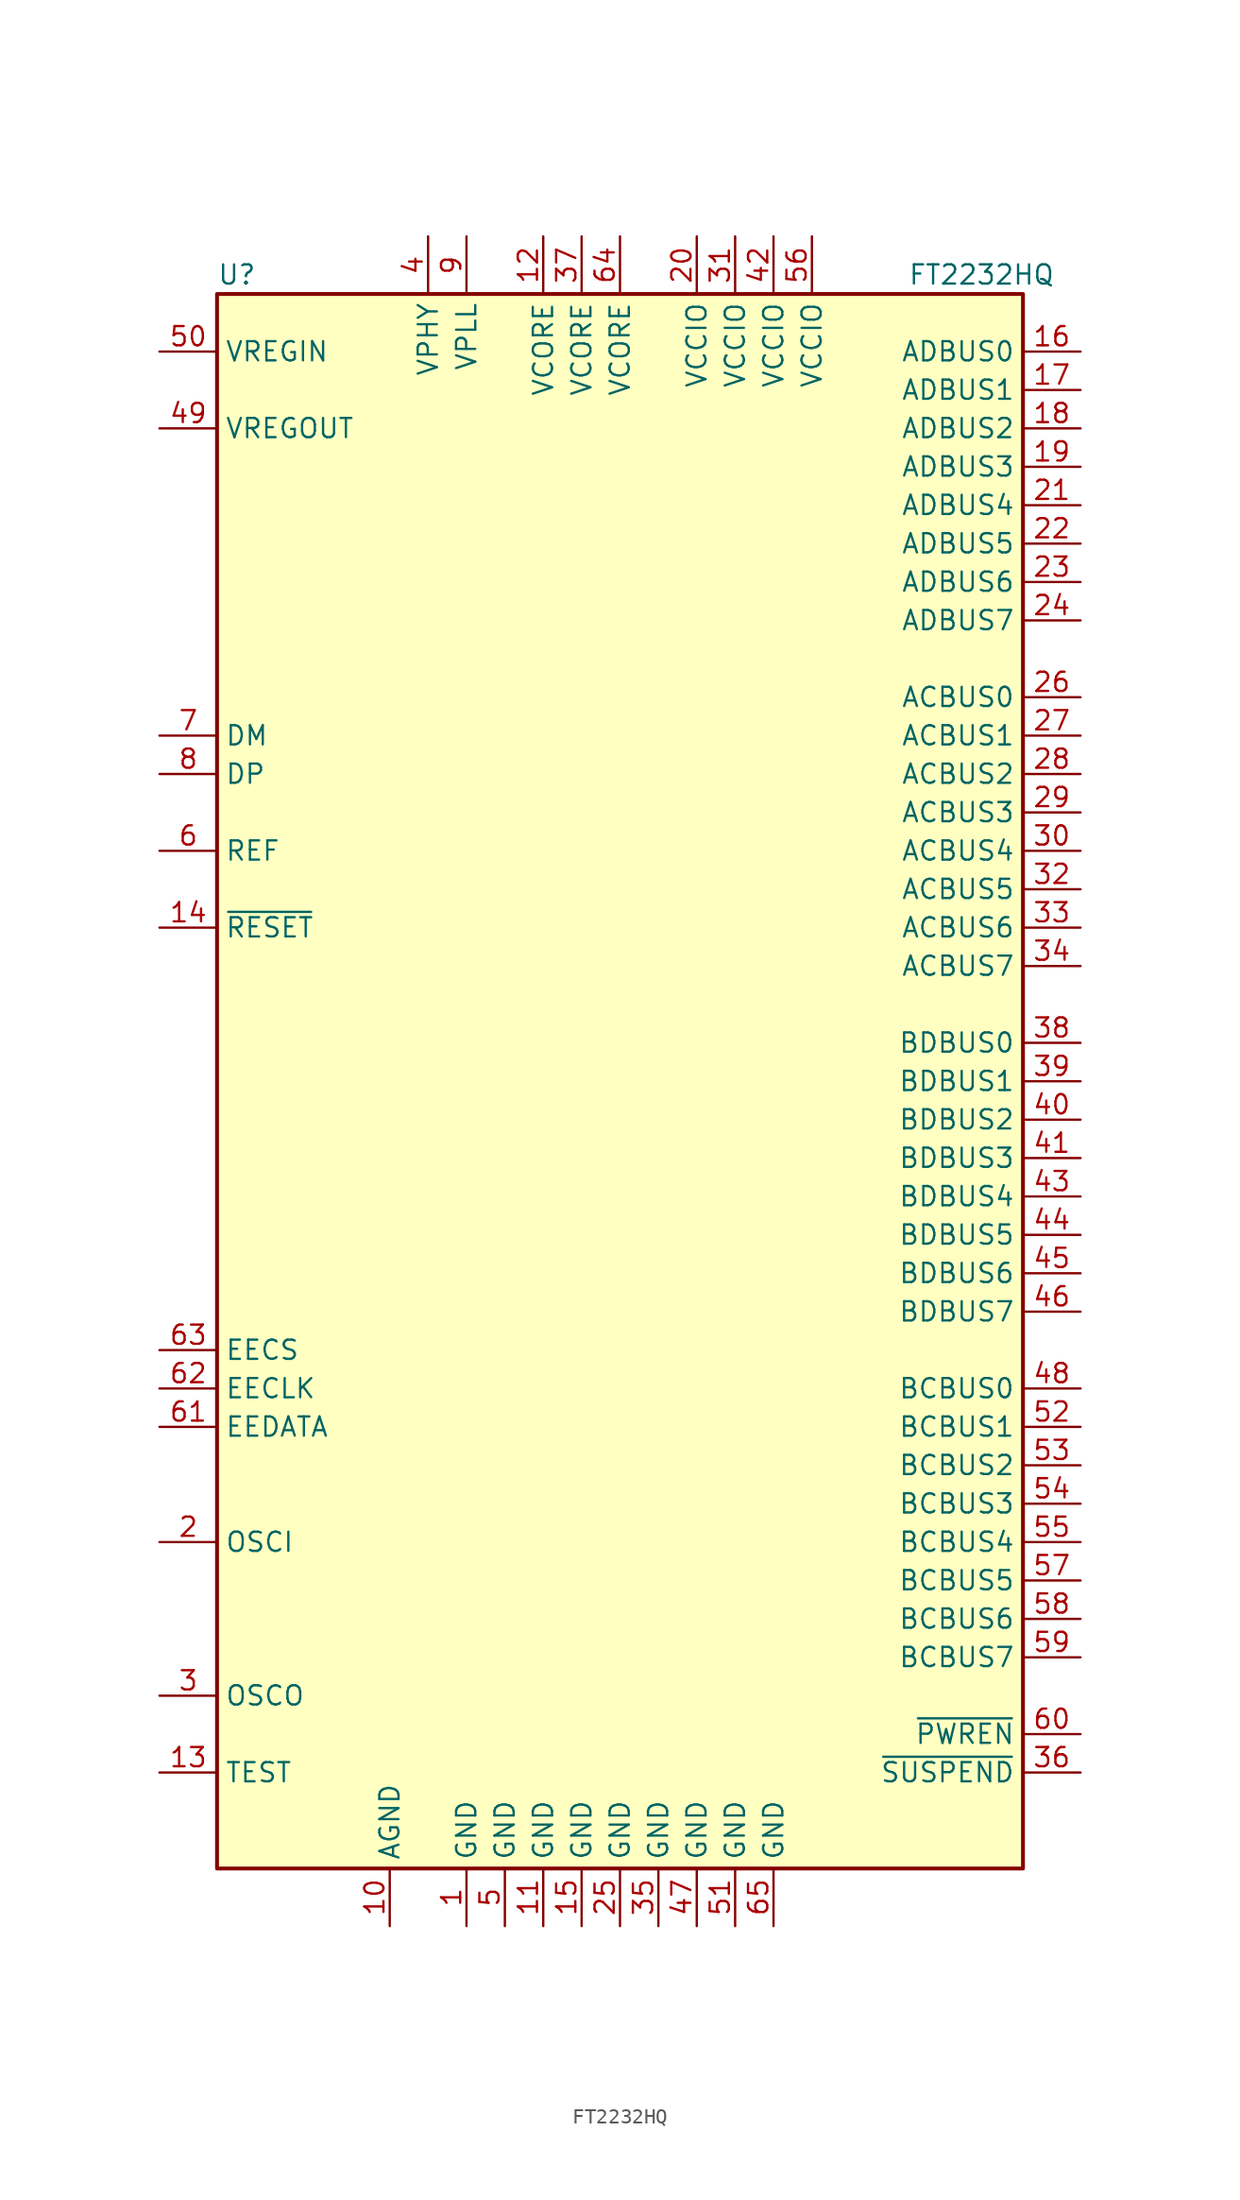
<source format=kicad_sym>
(kicad_symbol_lib
  (version 20211014)
  (generator kicad_symbol_editor)
  (symbol "FT2232HQ"
    (property "Reference" "U"
      (at -26.67 53.34 0)
      (effects (font (size 1.27 1.27)) (justify left)))
    (property "Value" "FT2232HQ"
      (at 19.05 53.34 0)
      (effects (font (size 1.27 1.27)) (justify left)))
    (symbol "FT2232HQ_0_1"
      (rectangle (start -26.67 -52.07) (end 26.67 52.07) (stroke (width 0.254) (type default) (color 0 0 0 0)) (fill (type background))))
    (symbol "FT2232HQ_1_1"
      (pin power_in line (at -10.16 -55.88 90) (length 3.81) (name "GND" (effects (font (size 1.27 1.27)))) (number "1" (effects (font (size 1.27 1.27)))))
      (pin power_in line (at -15.24 -55.88 90) (length 3.81) (name "AGND" (effects (font (size 1.27 1.27)))) (number "10" (effects (font (size 1.27 1.27)))))
      (pin power_in line (at -5.08 -55.88 90) (length 3.81) (name "GND" (effects (font (size 1.27 1.27)))) (number "11" (effects (font (size 1.27 1.27)))))
      (pin power_in line (at -5.08 55.88 270) (length 3.81) (name "VCORE" (effects (font (size 1.27 1.27)))) (number "12" (effects (font (size 1.27 1.27)))))
      (pin input line (at -30.48 -45.72 0) (length 3.81) (name "TEST" (effects (font (size 1.27 1.27)))) (number "13" (effects (font (size 1.27 1.27)))))
      (pin input line (at -30.48 10.16 0) (length 3.81) (name "~{RESET}" (effects (font (size 1.27 1.27)))) (number "14" (effects (font (size 1.27 1.27)))))
      (pin power_in line (at -2.54 -55.88 90) (length 3.81) (name "GND" (effects (font (size 1.27 1.27)))) (number "15" (effects (font (size 1.27 1.27)))))
      (pin bidirectional line (at 30.48 48.26 180) (length 3.81) (name "ADBUS0" (effects (font (size 1.27 1.27)))) (number "16" (effects (font (size 1.27 1.27)))))
      (pin bidirectional line (at 30.48 45.72 180) (length 3.81) (name "ADBUS1" (effects (font (size 1.27 1.27)))) (number "17" (effects (font (size 1.27 1.27)))))
      (pin bidirectional line (at 30.48 43.18 180) (length 3.81) (name "ADBUS2" (effects (font (size 1.27 1.27)))) (number "18" (effects (font (size 1.27 1.27)))))
      (pin bidirectional line (at 30.48 40.64 180) (length 3.81) (name "ADBUS3" (effects (font (size 1.27 1.27)))) (number "19" (effects (font (size 1.27 1.27)))))
      (pin input line (at -30.48 -30.48 0) (length 3.81) (name "OSCI" (effects (font (size 1.27 1.27)))) (number "2" (effects (font (size 1.27 1.27)))))
      (pin power_in line (at 5.08 55.88 270) (length 3.81) (name "VCCIO" (effects (font (size 1.27 1.27)))) (number "20" (effects (font (size 1.27 1.27)))))
      (pin bidirectional line (at 30.48 38.1 180) (length 3.81) (name "ADBUS4" (effects (font (size 1.27 1.27)))) (number "21" (effects (font (size 1.27 1.27)))))
      (pin bidirectional line (at 30.48 35.56 180) (length 3.81) (name "ADBUS5" (effects (font (size 1.27 1.27)))) (number "22" (effects (font (size 1.27 1.27)))))
      (pin bidirectional line (at 30.48 33.02 180) (length 3.81) (name "ADBUS6" (effects (font (size 1.27 1.27)))) (number "23" (effects (font (size 1.27 1.27)))))
      (pin bidirectional line (at 30.48 30.48 180) (length 3.81) (name "ADBUS7" (effects (font (size 1.27 1.27)))) (number "24" (effects (font (size 1.27 1.27)))))
      (pin power_in line (at 0 -55.88 90) (length 3.81) (name "GND" (effects (font (size 1.27 1.27)))) (number "25" (effects (font (size 1.27 1.27)))))
      (pin bidirectional line (at 30.48 25.4 180) (length 3.81) (name "ACBUS0" (effects (font (size 1.27 1.27)))) (number "26" (effects (font (size 1.27 1.27)))))
      (pin bidirectional line (at 30.48 22.86 180) (length 3.81) (name "ACBUS1" (effects (font (size 1.27 1.27)))) (number "27" (effects (font (size 1.27 1.27)))))
      (pin bidirectional line (at 30.48 20.32 180) (length 3.81) (name "ACBUS2" (effects (font (size 1.27 1.27)))) (number "28" (effects (font (size 1.27 1.27)))))
      (pin bidirectional line (at 30.48 17.78 180) (length 3.81) (name "ACBUS3" (effects (font (size 1.27 1.27)))) (number "29" (effects (font (size 1.27 1.27)))))
      (pin output line (at -30.48 -40.64 0) (length 3.81) (name "OSCO" (effects (font (size 1.27 1.27)))) (number "3" (effects (font (size 1.27 1.27)))))
      (pin bidirectional line (at 30.48 15.24 180) (length 3.81) (name "ACBUS4" (effects (font (size 1.27 1.27)))) (number "30" (effects (font (size 1.27 1.27)))))
      (pin power_in line (at 7.62 55.88 270) (length 3.81) (name "VCCIO" (effects (font (size 1.27 1.27)))) (number "31" (effects (font (size 1.27 1.27)))))
      (pin bidirectional line (at 30.48 12.7 180) (length 3.81) (name "ACBUS5" (effects (font (size 1.27 1.27)))) (number "32" (effects (font (size 1.27 1.27)))))
      (pin bidirectional line (at 30.48 10.16 180) (length 3.81) (name "ACBUS6" (effects (font (size 1.27 1.27)))) (number "33" (effects (font (size 1.27 1.27)))))
      (pin bidirectional line (at 30.48 7.62 180) (length 3.81) (name "ACBUS7" (effects (font (size 1.27 1.27)))) (number "34" (effects (font (size 1.27 1.27)))))
      (pin power_in line (at 2.54 -55.88 90) (length 3.81) (name "GND" (effects (font (size 1.27 1.27)))) (number "35" (effects (font (size 1.27 1.27)))))
      (pin output line (at 30.48 -45.72 180) (length 3.81) (name "~{SUSPEND}" (effects (font (size 1.27 1.27)))) (number "36" (effects (font (size 1.27 1.27)))))
      (pin power_in line (at -2.54 55.88 270) (length 3.81) (name "VCORE" (effects (font (size 1.27 1.27)))) (number "37" (effects (font (size 1.27 1.27)))))
      (pin bidirectional line (at 30.48 2.54 180) (length 3.81) (name "BDBUS0" (effects (font (size 1.27 1.27)))) (number "38" (effects (font (size 1.27 1.27)))))
      (pin bidirectional line (at 30.48 0 180) (length 3.81) (name "BDBUS1" (effects (font (size 1.27 1.27)))) (number "39" (effects (font (size 1.27 1.27)))))
      (pin power_in line (at -12.7 55.88 270) (length 3.81) (name "VPHY" (effects (font (size 1.27 1.27)))) (number "4" (effects (font (size 1.27 1.27)))))
      (pin bidirectional line (at 30.48 -2.54 180) (length 3.81) (name "BDBUS2" (effects (font (size 1.27 1.27)))) (number "40" (effects (font (size 1.27 1.27)))))
      (pin bidirectional line (at 30.48 -5.08 180) (length 3.81) (name "BDBUS3" (effects (font (size 1.27 1.27)))) (number "41" (effects (font (size 1.27 1.27)))))
      (pin power_in line (at 10.16 55.88 270) (length 3.81) (name "VCCIO" (effects (font (size 1.27 1.27)))) (number "42" (effects (font (size 1.27 1.27)))))
      (pin bidirectional line (at 30.48 -7.62 180) (length 3.81) (name "BDBUS4" (effects (font (size 1.27 1.27)))) (number "43" (effects (font (size 1.27 1.27)))))
      (pin bidirectional line (at 30.48 -10.16 180) (length 3.81) (name "BDBUS5" (effects (font (size 1.27 1.27)))) (number "44" (effects (font (size 1.27 1.27)))))
      (pin bidirectional line (at 30.48 -12.7 180) (length 3.81) (name "BDBUS6" (effects (font (size 1.27 1.27)))) (number "45" (effects (font (size 1.27 1.27)))))
      (pin bidirectional line (at 30.48 -15.24 180) (length 3.81) (name "BDBUS7" (effects (font (size 1.27 1.27)))) (number "46" (effects (font (size 1.27 1.27)))))
      (pin power_in line (at 5.08 -55.88 90) (length 3.81) (name "GND" (effects (font (size 1.27 1.27)))) (number "47" (effects (font (size 1.27 1.27)))))
      (pin bidirectional line (at 30.48 -20.32 180) (length 3.81) (name "BCBUS0" (effects (font (size 1.27 1.27)))) (number "48" (effects (font (size 1.27 1.27)))))
      (pin power_out line (at -30.48 43.18 0) (length 3.81) (name "VREGOUT" (effects (font (size 1.27 1.27)))) (number "49" (effects (font (size 1.27 1.27)))))
      (pin power_in line (at -7.62 -55.88 90) (length 3.81) (name "GND" (effects (font (size 1.27 1.27)))) (number "5" (effects (font (size 1.27 1.27)))))
      (pin power_in line (at -30.48 48.26 0) (length 3.81) (name "VREGIN" (effects (font (size 1.27 1.27)))) (number "50" (effects (font (size 1.27 1.27)))))
      (pin power_in line (at 7.62 -55.88 90) (length 3.81) (name "GND" (effects (font (size 1.27 1.27)))) (number "51" (effects (font (size 1.27 1.27)))))
      (pin bidirectional line (at 30.48 -22.86 180) (length 3.81) (name "BCBUS1" (effects (font (size 1.27 1.27)))) (number "52" (effects (font (size 1.27 1.27)))))
      (pin bidirectional line (at 30.48 -25.4 180) (length 3.81) (name "BCBUS2" (effects (font (size 1.27 1.27)))) (number "53" (effects (font (size 1.27 1.27)))))
      (pin bidirectional line (at 30.48 -27.94 180) (length 3.81) (name "BCBUS3" (effects (font (size 1.27 1.27)))) (number "54" (effects (font (size 1.27 1.27)))))
      (pin bidirectional line (at 30.48 -30.48 180) (length 3.81) (name "BCBUS4" (effects (font (size 1.27 1.27)))) (number "55" (effects (font (size 1.27 1.27)))))
      (pin power_in line (at 12.7 55.88 270) (length 3.81) (name "VCCIO" (effects (font (size 1.27 1.27)))) (number "56" (effects (font (size 1.27 1.27)))))
      (pin bidirectional line (at 30.48 -33.02 180) (length 3.81) (name "BCBUS5" (effects (font (size 1.27 1.27)))) (number "57" (effects (font (size 1.27 1.27)))))
      (pin bidirectional line (at 30.48 -35.56 180) (length 3.81) (name "BCBUS6" (effects (font (size 1.27 1.27)))) (number "58" (effects (font (size 1.27 1.27)))))
      (pin bidirectional line (at 30.48 -38.1 180) (length 3.81) (name "BCBUS7" (effects (font (size 1.27 1.27)))) (number "59" (effects (font (size 1.27 1.27)))))
      (pin output line (at -30.48 15.24 0) (length 3.81) (name "REF" (effects (font (size 1.27 1.27)))) (number "6" (effects (font (size 1.27 1.27)))))
      (pin output line (at 30.48 -43.18 180) (length 3.81) (name "~{PWREN}" (effects (font (size 1.27 1.27)))) (number "60" (effects (font (size 1.27 1.27)))))
      (pin bidirectional line (at -30.48 -22.86 0) (length 3.81) (name "EEDATA" (effects (font (size 1.27 1.27)))) (number "61" (effects (font (size 1.27 1.27)))))
      (pin output line (at -30.48 -20.32 0) (length 3.81) (name "EECLK" (effects (font (size 1.27 1.27)))) (number "62" (effects (font (size 1.27 1.27)))))
      (pin output line (at -30.48 -17.78 0) (length 3.81) (name "EECS" (effects (font (size 1.27 1.27)))) (number "63" (effects (font (size 1.27 1.27)))))
      (pin power_in line (at 0 55.88 270) (length 3.81) (name "VCORE" (effects (font (size 1.27 1.27)))) (number "64" (effects (font (size 1.27 1.27)))))
      (pin power_in line (at 10.16 -55.88 90) (length 3.81) (name "GND" (effects (font (size 1.27 1.27)))) (number "65" (effects (font (size 1.27 1.27)))))
      (pin bidirectional line (at -30.48 22.86 0) (length 3.81) (name "DM" (effects (font (size 1.27 1.27)))) (number "7" (effects (font (size 1.27 1.27)))))
      (pin bidirectional line (at -30.48 20.32 0) (length 3.81) (name "DP" (effects (font (size 1.27 1.27)))) (number "8" (effects (font (size 1.27 1.27)))))
      (pin input line (at -10.16 55.88 270) (length 3.81) (name "VPLL" (effects (font (size 1.27 1.27)))) (number "9" (effects (font (size 1.27 1.27))))))))
</source>
